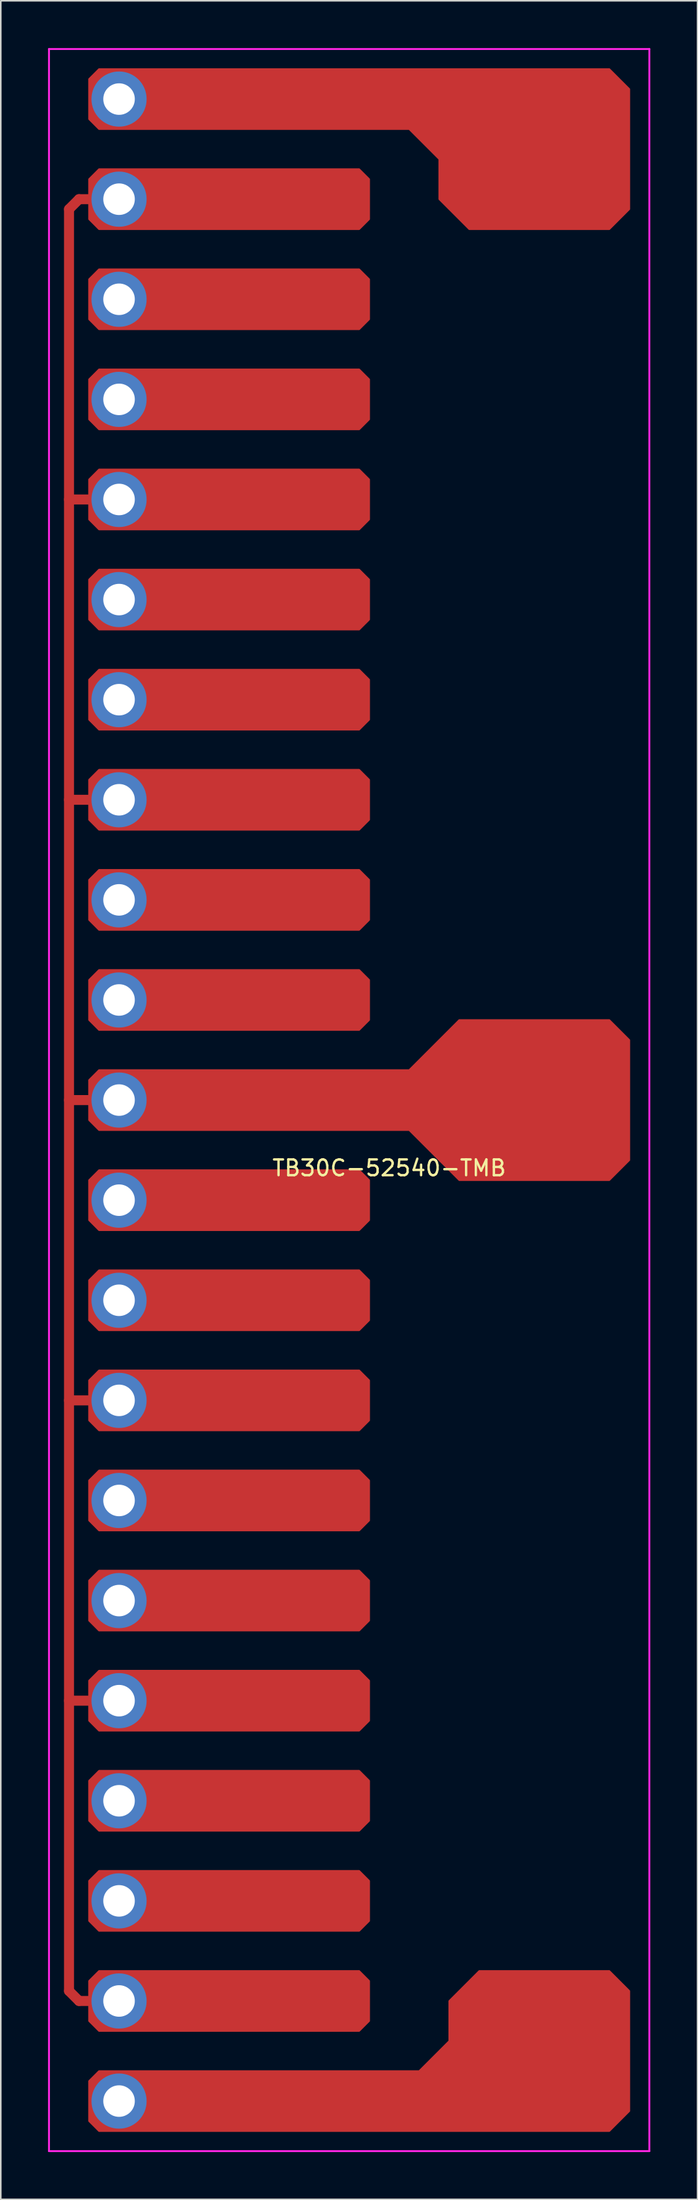
<source format=kicad_pcb>
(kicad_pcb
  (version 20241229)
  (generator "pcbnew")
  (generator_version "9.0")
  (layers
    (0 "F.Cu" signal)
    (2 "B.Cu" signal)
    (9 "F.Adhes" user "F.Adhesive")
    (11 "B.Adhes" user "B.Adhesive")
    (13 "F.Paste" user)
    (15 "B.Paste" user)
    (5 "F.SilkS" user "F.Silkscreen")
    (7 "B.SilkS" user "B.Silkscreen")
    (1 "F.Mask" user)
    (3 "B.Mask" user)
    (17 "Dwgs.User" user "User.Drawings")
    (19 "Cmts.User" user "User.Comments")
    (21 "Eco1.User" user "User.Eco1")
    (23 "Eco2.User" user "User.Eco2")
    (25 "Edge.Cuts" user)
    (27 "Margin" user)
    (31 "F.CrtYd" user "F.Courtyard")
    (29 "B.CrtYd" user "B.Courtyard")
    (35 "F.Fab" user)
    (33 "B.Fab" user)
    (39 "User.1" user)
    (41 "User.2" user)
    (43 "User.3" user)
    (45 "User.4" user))
  (footprint "TB30C-52540-TMB"
    (layer "F.Cu")
    (at 15.3 86.42)
    (property "Reference" "TB30C-52540-TMB" (at 6.35 -15.375 0) (layer "F.SilkS") (effects (font (size 1 1) (thickness 0.15))))
    (attr through_hole)
    (fp_line (start -13.97 -76.2) (end -13.97 36.83) (stroke (width 0.635) (type solid)) (layer "F.Cu"))
    (fp_line (start -13.97 -76.2) (end -13.335 -76.835) (stroke (width 0.635) (type solid)) (layer "F.Cu"))
    (fp_line (start -13.97 -57.785) (end -12.065 -57.785) (stroke (width 0.635) (type solid)) (layer "F.Cu"))
    (fp_line (start -13.97 -38.735) (end -12.065 -38.735) (stroke (width 0.635) (type solid)) (layer "F.Cu"))
    (fp_line (start -13.97 -19.685) (end -12.065 -19.685) (stroke (width 0.635) (type solid)) (layer "F.Cu"))
    (fp_line (start -13.97 -0.635) (end -12.065 -0.635) (stroke (width 0.635) (type solid)) (layer "F.Cu"))
    (fp_line (start -13.97 18.415) (end -12.065 18.415) (stroke (width 0.635) (type solid)) (layer "F.Cu"))
    (fp_line (start -13.97 36.83) (end -13.335 37.465) (stroke (width 0.635) (type solid)) (layer "F.Cu"))
    (fp_line (start -13.335 -76.835) (end -12.065 -76.835) (stroke (width 0.635) (type solid)) (layer "F.Cu"))
    (fp_line (start -13.335 37.465) (end -12.065 37.465) (stroke (width 0.635) (type solid)) (layer "F.Cu"))
    (fp_poly (pts (xy 5.08 -78.105) (xy 5.08 -75.565) (xy 4.445 -74.93) (xy -12.065 -74.93) (xy -12.7 -75.565) (xy -12.7 -78.105) (xy -12.065 -78.74) (xy 4.445 -78.74)) (stroke (width 0.1) (type solid)) (fill yes) (layer "F.Cu"))
    (fp_poly (pts (xy 5.08 -71.755) (xy 5.08 -69.215) (xy 4.445 -68.58) (xy -12.065 -68.58) (xy -12.7 -69.215) (xy -12.7 -71.755) (xy -12.065 -72.39) (xy 4.445 -72.39)) (stroke (width 0.1) (type solid)) (fill yes) (layer "F.Cu"))
    (fp_poly (pts (xy 5.08 -65.405) (xy 5.08 -62.865) (xy 4.445 -62.23) (xy -12.065 -62.23) (xy -12.7 -62.865) (xy -12.7 -65.405) (xy -12.065 -66.04) (xy 4.445 -66.04)) (stroke (width 0.1) (type solid)) (fill yes) (layer "F.Cu"))
    (fp_poly (pts (xy 5.08 -59.055) (xy 5.08 -56.515) (xy 4.445 -55.88) (xy -12.065 -55.88) (xy -12.7 -56.515) (xy -12.7 -59.055) (xy -12.065 -59.69) (xy 4.445 -59.69)) (stroke (width 0.1) (type solid)) (fill yes) (layer "F.Cu"))
    (fp_poly (pts (xy 5.08 -52.705) (xy 5.08 -50.165) (xy 4.445 -49.53) (xy -12.065 -49.53) (xy -12.7 -50.165) (xy -12.7 -52.705) (xy -12.065 -53.34) (xy 4.445 -53.34)) (stroke (width 0.1) (type solid)) (fill yes) (layer "F.Cu"))
    (fp_poly (pts (xy 5.08 -46.355) (xy 5.08 -43.815) (xy 4.445 -43.18) (xy -12.065 -43.18) (xy -12.7 -43.815) (xy -12.7 -46.355) (xy -12.065 -46.99) (xy 4.445 -46.99)) (stroke (width 0.1) (type solid)) (fill yes) (layer "F.Cu"))
    (fp_poly (pts (xy 5.08 -40.005) (xy 5.08 -37.465) (xy 4.445 -36.83) (xy -12.065 -36.83) (xy -12.7 -37.465) (xy -12.7 -40.005) (xy -12.065 -40.64) (xy 4.445 -40.64)) (stroke (width 0.1) (type solid)) (fill yes) (layer "F.Cu"))
    (fp_poly (pts (xy 5.08 -33.655) (xy 5.08 -31.115) (xy 4.445 -30.48) (xy -12.065 -30.48) (xy -12.7 -31.115) (xy -12.7 -33.655) (xy -12.065 -34.29) (xy 4.445 -34.29)) (stroke (width 0.1) (type solid)) (fill yes) (layer "F.Cu"))
    (fp_poly (pts (xy 5.08 -27.305) (xy 5.08 -24.765) (xy 4.445 -24.13) (xy -12.065 -24.13) (xy -12.7 -24.765) (xy -12.7 -27.305) (xy -12.065 -27.94) (xy 4.445 -27.94)) (stroke (width 0.1) (type solid)) (fill yes) (layer "F.Cu"))
    (fp_poly (pts (xy 5.08 -14.605) (xy 5.08 -12.065) (xy 4.445 -11.43) (xy -12.065 -11.43) (xy -12.7 -12.065) (xy -12.7 -14.605) (xy -12.065 -15.24) (xy 4.445 -15.24)) (stroke (width 0.1) (type solid)) (fill yes) (layer "F.Cu"))
    (fp_poly (pts (xy 5.08 -8.255) (xy 5.08 -5.715) (xy 4.445 -5.08) (xy -12.065 -5.08) (xy -12.7 -5.715) (xy -12.7 -8.255) (xy -12.065 -8.89) (xy 4.445 -8.89)) (stroke (width 0.1) (type solid)) (fill yes) (layer "F.Cu"))
    (fp_poly (pts (xy 5.08 -1.905) (xy 5.08 0.635) (xy 4.445 1.27) (xy -12.065 1.27) (xy -12.7 0.635) (xy -12.7 -1.905) (xy -12.065 -2.54) (xy 4.445 -2.54)) (stroke (width 0.1) (type solid)) (fill yes) (layer "F.Cu"))
    (fp_poly (pts (xy 5.08 4.445) (xy 5.08 6.985) (xy 4.445 7.62) (xy -12.065 7.62) (xy -12.7 6.985) (xy -12.7 4.445) (xy -12.065 3.81) (xy 4.445 3.81)) (stroke (width 0.1) (type solid)) (fill yes) (layer "F.Cu"))
    (fp_poly (pts (xy 5.08 10.795) (xy 5.08 13.335) (xy 4.445 13.97) (xy -12.065 13.97) (xy -12.7 13.335) (xy -12.7 10.795) (xy -12.065 10.16) (xy 4.445 10.16)) (stroke (width 0.1) (type solid)) (fill yes) (layer "F.Cu"))
    (fp_poly (pts (xy 5.08 17.145) (xy 5.08 19.685) (xy 4.445 20.32) (xy -12.065 20.32) (xy -12.7 19.685) (xy -12.7 17.145) (xy -12.065 16.51) (xy 4.445 16.51)) (stroke (width 0.1) (type solid)) (fill yes) (layer "F.Cu"))
    (fp_poly (pts (xy 5.08 23.495) (xy 5.08 26.035) (xy 4.445 26.67) (xy -12.065 26.67) (xy -12.7 26.035) (xy -12.7 23.495) (xy -12.065 22.86) (xy 4.445 22.86)) (stroke (width 0.1) (type solid)) (fill yes) (layer "F.Cu"))
    (fp_poly (pts (xy 5.08 29.845) (xy 5.08 32.385) (xy 4.445 33.02) (xy -12.065 33.02) (xy -12.7 32.385) (xy -12.7 29.845) (xy -12.065 29.21) (xy 4.445 29.21)) (stroke (width 0.1) (type solid)) (fill yes) (layer "F.Cu"))
    (fp_poly (pts (xy 5.08 36.195) (xy 5.08 38.735) (xy 4.445 39.37) (xy -12.065 39.37) (xy -12.7 38.735) (xy -12.7 36.195) (xy -12.065 35.56) (xy 4.445 35.56)) (stroke (width 0.1) (type solid)) (fill yes) (layer "F.Cu"))
    (fp_poly (pts (xy 21.59 -83.82) (xy 21.59 -76.2) (xy 20.32 -74.93) (xy 11.43 -74.93) (xy 9.525 -76.835) (xy 9.525 -79.375) (xy 7.62 -81.28) (xy -12.065 -81.28) (xy -12.7 -81.915) (xy -12.7 -84.455) (xy -12.065 -85.09) (xy 20.32 -85.09)) (stroke (width 0.1) (type solid)) (fill yes) (layer "F.Cu"))
    (fp_poly (pts (xy 21.59 -23.495) (xy 21.59 -15.875) (xy 20.32 -14.605) (xy 10.795 -14.605) (xy 7.62 -17.78) (xy -12.065 -17.78) (xy -12.7 -18.415) (xy -12.7 -20.955) (xy -12.065 -21.59) (xy 7.62 -21.59) (xy 10.795 -24.765) (xy 20.32 -24.765)) (stroke (width 0.1) (type solid)) (fill yes) (layer "F.Cu"))
    (fp_poly (pts (xy 21.59 36.83) (xy 21.59 44.45) (xy 20.32 45.72) (xy -12.065 45.72) (xy -12.7 45.085) (xy -12.7 42.545) (xy -12.065 41.91) (xy 8.255 41.91) (xy 10.16 40.005) (xy 10.16 37.465) (xy 12.065 35.56) (xy 20.32 35.56)) (stroke (width 0.1) (type solid)) (fill yes) (layer "F.Cu"))
    (fp_poly (pts (xy 4.889 -78.041) (xy 4.889 -75.629) (xy 4.381 -75.121) (xy -12.002 -75.121) (xy -12.509 -75.629) (xy -12.509 -78.041) (xy -12.002 -78.549) (xy 4.381 -78.549)) (stroke (width 0.1) (type solid)) (fill yes) (layer "F.Mask"))
    (fp_poly (pts (xy 4.889 -71.692) (xy 4.889 -69.278) (xy 4.381 -68.77) (xy -12.002 -68.77) (xy -12.509 -69.278) (xy -12.509 -71.692) (xy -12.002 -72.2) (xy 4.381 -72.2)) (stroke (width 0.1) (type solid)) (fill yes) (layer "F.Mask"))
    (fp_poly (pts (xy 4.889 -65.341) (xy 4.889 -62.928) (xy 4.381 -62.42) (xy -12.002 -62.42) (xy -12.509 -62.928) (xy -12.509 -65.341) (xy -12.002 -65.85) (xy 4.381 -65.85)) (stroke (width 0.1) (type solid)) (fill yes) (layer "F.Mask"))
    (fp_poly (pts (xy 4.889 -58.992) (xy 4.889 -56.578) (xy 4.381 -56.071) (xy -12.002 -56.071) (xy -12.509 -56.578) (xy -12.509 -58.992) (xy -12.002 -59.499) (xy 4.381 -59.499)) (stroke (width 0.1) (type solid)) (fill yes) (layer "F.Mask"))
    (fp_poly (pts (xy 4.889 -52.642) (xy 4.889 -50.228) (xy 4.381 -49.721) (xy -12.002 -49.721) (xy -12.509 -50.228) (xy -12.509 -52.642) (xy -12.002 -53.15) (xy 4.381 -53.15)) (stroke (width 0.1) (type solid)) (fill yes) (layer "F.Mask"))
    (fp_poly (pts (xy 4.889 -46.291) (xy 4.889 -43.879) (xy 4.381 -43.37) (xy -12.002 -43.37) (xy -12.509 -43.879) (xy -12.509 -46.291) (xy -12.002 -46.8) (xy 4.381 -46.8)) (stroke (width 0.1) (type solid)) (fill yes) (layer "F.Mask"))
    (fp_poly (pts (xy 4.889 -39.941) (xy 4.889 -37.529) (xy 4.381 -37.02) (xy -12.002 -37.02) (xy -12.509 -37.529) (xy -12.509 -39.941) (xy -12.002 -40.45) (xy 4.381 -40.45)) (stroke (width 0.1) (type solid)) (fill yes) (layer "F.Mask"))
    (fp_poly (pts (xy 4.889 -33.592) (xy 4.889 -31.178) (xy 4.381 -30.671) (xy -12.002 -30.671) (xy -12.509 -31.178) (xy -12.509 -33.592) (xy -12.002 -34.099) (xy 4.381 -34.099)) (stroke (width 0.1) (type solid)) (fill yes) (layer "F.Mask"))
    (fp_poly (pts (xy 4.889 -27.241) (xy 4.889 -24.828) (xy 4.381 -24.32) (xy -12.002 -24.32) (xy -12.509 -24.828) (xy -12.509 -27.241) (xy -12.002 -27.75) (xy 4.381 -27.75)) (stroke (width 0.1) (type solid)) (fill yes) (layer "F.Mask"))
    (fp_poly (pts (xy 4.889 -14.541) (xy 4.889 -12.129) (xy 4.381 -11.62) (xy -12.002 -11.62) (xy -12.509 -12.129) (xy -12.509 -14.541) (xy -12.002 -15.05) (xy 4.381 -15.05)) (stroke (width 0.1) (type solid)) (fill yes) (layer "F.Mask"))
    (fp_poly (pts (xy 4.889 -8.191) (xy 4.889 -5.779) (xy 4.381 -5.271) (xy -12.002 -5.271) (xy -12.509 -5.779) (xy -12.509 -8.191) (xy -12.002 -8.7) (xy 4.381 -8.7)) (stroke (width 0.1) (type solid)) (fill yes) (layer "F.Mask"))
    (fp_poly (pts (xy 4.889 -1.841) (xy 4.889 0.572) (xy 4.381 1.079) (xy -12.002 1.079) (xy -12.509 0.572) (xy -12.509 -1.841) (xy -12.002 -2.349) (xy 4.381 -2.349)) (stroke (width 0.1) (type solid)) (fill yes) (layer "F.Mask"))
    (fp_poly (pts (xy 4.889 4.508) (xy 4.889 6.921) (xy 4.381 7.429) (xy -12.002 7.429) (xy -12.509 6.921) (xy -12.509 4.508) (xy -12.002 4) (xy 4.381 4)) (stroke (width 0.1) (type solid)) (fill yes) (layer "F.Mask"))
    (fp_poly (pts (xy 4.889 10.858) (xy 4.889 13.271) (xy 4.381 13.78) (xy -12.002 13.78) (xy -12.509 13.271) (xy -12.509 10.858) (xy -12.002 10.351) (xy 4.381 10.351)) (stroke (width 0.1) (type solid)) (fill yes) (layer "F.Mask"))
    (fp_poly (pts (xy 4.889 17.209) (xy 4.889 19.622) (xy 4.381 20.13) (xy -12.002 20.13) (xy -12.509 19.622) (xy -12.509 17.209) (xy -12.002 16.701) (xy 4.381 16.701)) (stroke (width 0.1) (type solid)) (fill yes) (layer "F.Mask"))
    (fp_poly (pts (xy 4.889 23.558) (xy 4.889 25.971) (xy 4.381 26.48) (xy -12.002 26.48) (xy -12.509 25.971) (xy -12.509 23.558) (xy -12.002 23.05) (xy 4.381 23.05)) (stroke (width 0.1) (type solid)) (fill yes) (layer "F.Mask"))
    (fp_poly (pts (xy 4.889 29.909) (xy 4.889 32.322) (xy 4.381 32.83) (xy -12.002 32.83) (xy -12.509 32.322) (xy -12.509 29.909) (xy -12.002 29.401) (xy 4.381 29.401)) (stroke (width 0.1) (type solid)) (fill yes) (layer "F.Mask"))
    (fp_poly (pts (xy 4.889 36.258) (xy 4.889 38.672) (xy 4.381 39.179) (xy -12.002 39.179) (xy -12.509 38.672) (xy -12.509 36.258) (xy -12.002 35.751) (xy 4.381 35.751)) (stroke (width 0.1) (type solid)) (fill yes) (layer "F.Mask"))
    (fp_poly (pts (xy 21.399 -83.757) (xy 21.399 -76.263) (xy 20.256 -75.121) (xy 11.493 -75.121) (xy 9.716 -76.898) (xy 9.716 -79.439) (xy 7.684 -81.471) (xy -12.002 -81.471) (xy -12.509 -81.978) (xy -12.509 -84.391) (xy -12.002 -84.9) (xy 20.256 -84.9)) (stroke (width 0.1) (type solid)) (fill yes) (layer "F.Mask"))
    (fp_poly (pts (xy 21.399 -23.431) (xy 21.399 -15.938) (xy 20.256 -14.796) (xy 10.858 -14.796) (xy 7.684 -17.971) (xy -12.002 -17.971) (xy -12.509 -18.479) (xy -12.509 -20.892) (xy -12.002 -21.399) (xy 7.684 -21.399) (xy 10.858 -24.575) (xy 20.256 -24.575)) (stroke (width 0.1) (type solid)) (fill yes) (layer "F.Mask"))
    (fp_poly (pts (xy 21.399 36.894) (xy 21.399 44.386) (xy 20.256 45.529) (xy -12.002 45.529) (xy -12.509 45.022) (xy -12.509 42.608) (xy -12.002 42.1) (xy 8.319 42.1) (xy 10.351 40.069) (xy 10.351 37.529) (xy 12.129 35.751) (xy 20.256 35.751)) (stroke (width 0.1) (type solid)) (fill yes) (layer "F.Mask"))
    (fp_line (start -15.24 -86.36) (end -15.24 46.99) (stroke (width 0.12) (type solid)) (layer "F.CrtYd"))
    (fp_line (start -15.24 46.99) (end 22.86 46.99) (stroke (width 0.12) (type solid)) (layer "F.CrtYd"))
    (fp_line (start 22.86 -86.36) (end -15.24 -86.36) (stroke (width 0.12) (type solid)) (layer "F.CrtYd"))
    (fp_line (start 22.86 46.99) (end 22.86 -86.36) (stroke (width 0.12) (type solid)) (layer "F.CrtYd"))
    (pad "1" thru_hole circle (at -10.795 -70.485) (size 3.5 3.5) (drill 2) (layers "*.Cu" "B.Mask"))
    (pad "1" thru_hole circle (at -10.795 -51.435) (size 3.5 3.5) (drill 2) (layers "*.Cu" "B.Mask"))
    (pad "1" thru_hole circle (at -10.795 -32.385) (size 3.5 3.5) (drill 2) (layers "*.Cu" "B.Mask"))
    (pad "1" thru_hole circle (at -10.795 -13.335) (size 3.5 3.5) (drill 2) (layers "*.Cu" "B.Mask"))
    (pad "1" thru_hole circle (at -10.795 5.715) (size 3.5 3.5) (drill 2) (layers "*.Cu" "B.Mask"))
    (pad "1" thru_hole circle (at -10.795 24.765) (size 3.5 3.5) (drill 2) (layers "*.Cu" "B.Mask"))
    (pad "1" thru_hole circle (at -10.795 43.815) (size 3.5 3.5) (drill 2) (layers "*.Cu" "B.Mask"))
    (pad "2" thru_hole circle (at -10.795 -76.835) (size 3.5 3.5) (drill 2) (layers "*.Cu" "B.Mask"))
    (pad "2" thru_hole circle (at -10.795 -57.785) (size 3.5 3.5) (drill 2) (layers "*.Cu" "B.Mask"))
    (pad "2" thru_hole circle (at -10.795 -38.735) (size 3.5 3.5) (drill 2) (layers "*.Cu" "B.Mask"))
    (pad "2" thru_hole circle (at -10.795 -19.685) (size 3.5 3.5) (drill 2) (layers "*.Cu" "B.Mask"))
    (pad "2" thru_hole circle (at -10.795 -0.635) (size 3.5 3.5) (drill 2) (layers "*.Cu" "B.Mask"))
    (pad "2" thru_hole circle (at -10.795 18.415) (size 3.5 3.5) (drill 2) (layers "*.Cu" "B.Mask"))
    (pad "2" thru_hole circle (at -10.795 37.465) (size 3.5 3.5) (drill 2) (layers "*.Cu" "B.Mask"))
    (pad "3" thru_hole circle (at -10.795 -83.185) (size 3.5 3.5) (drill 2) (layers "*.Cu" "B.Mask"))
    (pad "3" thru_hole circle (at -10.795 -64.135) (size 3.5 3.5) (drill 2) (layers "*.Cu" "B.Mask"))
    (pad "3" thru_hole circle (at -10.795 -45.085) (size 3.5 3.5) (drill 2) (layers "*.Cu" "B.Mask"))
    (pad "3" thru_hole circle (at -10.795 -26.035) (size 3.5 3.5) (drill 2) (layers "*.Cu" "B.Mask"))
    (pad "3" thru_hole circle (at -10.795 -6.985) (size 3.5 3.5) (drill 2) (layers "*.Cu" "B.Mask"))
    (pad "3" thru_hole circle (at -10.795 12.065) (size 3.5 3.5) (drill 2) (layers "*.Cu" "B.Mask"))
    (pad "3" thru_hole circle (at -10.795 31.115) (size 3.5 3.5) (drill 2) (layers "*.Cu" "B.Mask")))
  (gr_rect
    (start -3 -3)
    (end 41.22 136.47)
    (stroke (width 0.1) (type default))
    (fill no)
    (layer "Edge.Cuts")))
</source>
